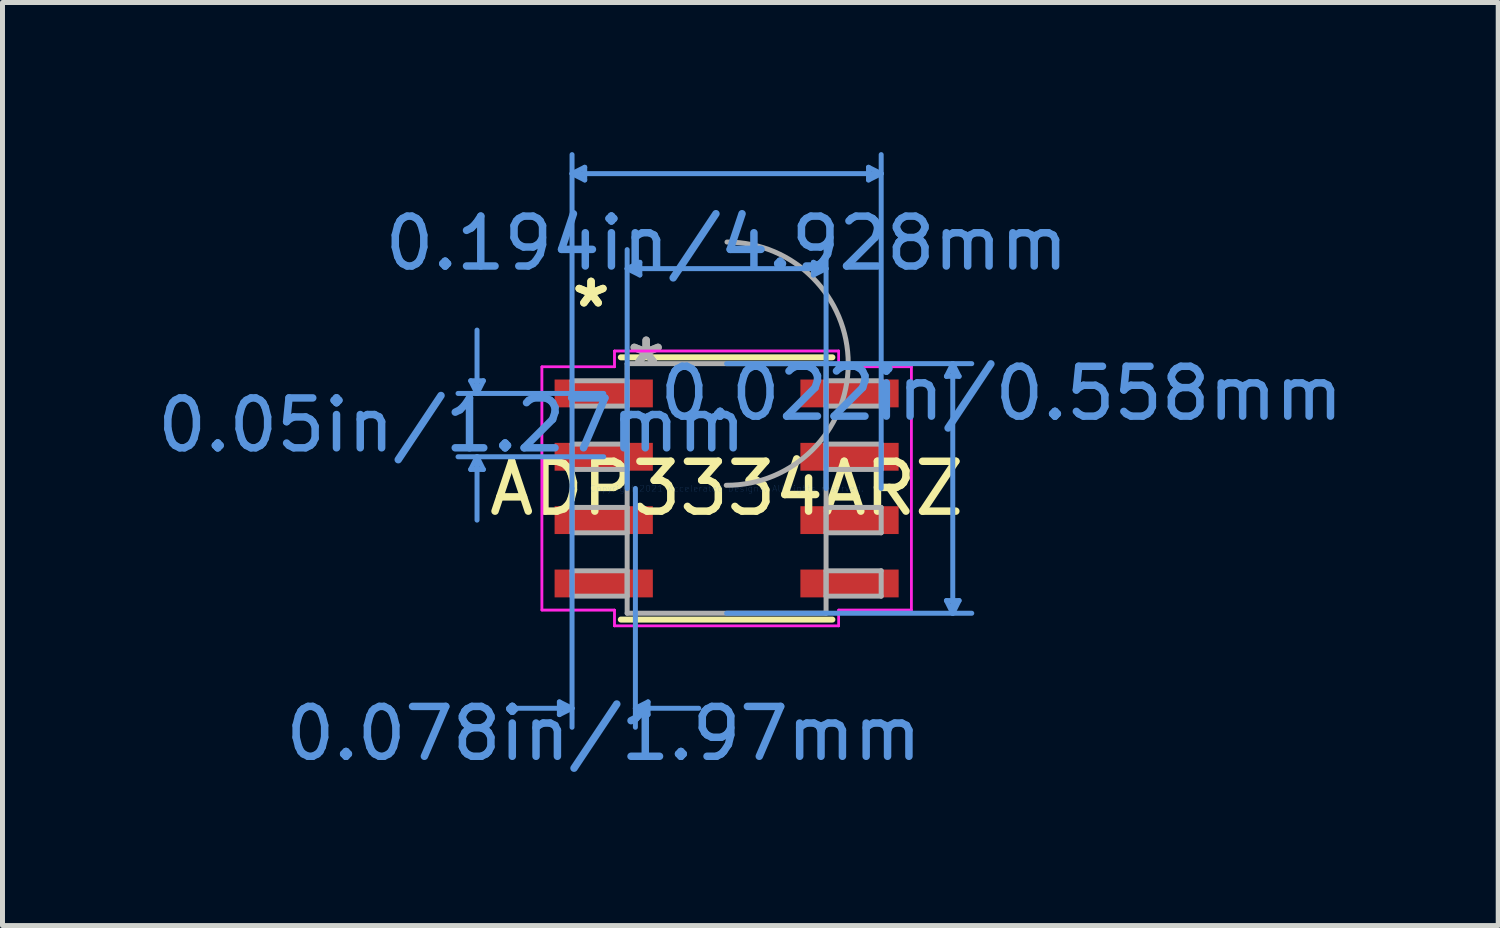
<source format=kicad_pcb>
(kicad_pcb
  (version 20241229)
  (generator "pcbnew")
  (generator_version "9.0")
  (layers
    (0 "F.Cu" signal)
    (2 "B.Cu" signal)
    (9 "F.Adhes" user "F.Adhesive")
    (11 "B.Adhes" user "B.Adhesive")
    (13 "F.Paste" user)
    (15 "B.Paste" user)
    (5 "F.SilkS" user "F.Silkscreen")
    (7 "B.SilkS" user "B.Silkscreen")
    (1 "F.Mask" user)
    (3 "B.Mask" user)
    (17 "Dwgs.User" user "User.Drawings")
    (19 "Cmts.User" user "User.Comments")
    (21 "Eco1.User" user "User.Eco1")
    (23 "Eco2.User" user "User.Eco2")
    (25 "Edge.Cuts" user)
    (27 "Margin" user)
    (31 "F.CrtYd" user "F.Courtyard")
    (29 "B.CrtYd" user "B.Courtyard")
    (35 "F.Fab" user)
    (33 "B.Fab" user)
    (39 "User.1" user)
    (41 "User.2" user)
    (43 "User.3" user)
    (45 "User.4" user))
  (footprint "ADP3334ARZ"
    (layer "F.Cu")
    (at 11.518 6.743)
    (property "Reference" "ADP3334ARZ" (at 0 0 0) (layer "F.SilkS") (effects (font (size 1 1) (thickness 0.15))))
    (attr through_hole)
    (fp_line (start -2.121 2.629) (end 2.121 2.629) (stroke (width 0.12) (type solid)) (layer "F.SilkS"))
    (fp_line (start 2.121 -2.629) (end -2.121 -2.629) (stroke (width 0.12) (type solid)) (layer "F.SilkS"))
    (fp_line (start -5.131 -2.159) (end -4.877 -2.159) (stroke (width 0.1) (type solid)) (layer "Cmts.User"))
    (fp_line (start -5.131 -0.381) (end -4.877 -0.381) (stroke (width 0.1) (type solid)) (layer "Cmts.User"))
    (fp_line (start -5.004 -1.905) (end -5.131 -2.159) (stroke (width 0.1) (type solid)) (layer "Cmts.User"))
    (fp_line (start -5.004 -1.905) (end -5.004 -3.175) (stroke (width 0.1) (type solid)) (layer "Cmts.User"))
    (fp_line (start -5.004 -1.905) (end -4.877 -2.159) (stroke (width 0.1) (type solid)) (layer "Cmts.User"))
    (fp_line (start -5.004 -0.635) (end -5.131 -0.381) (stroke (width 0.1) (type solid)) (layer "Cmts.User"))
    (fp_line (start -5.004 -0.635) (end -5.004 0.635) (stroke (width 0.1) (type solid)) (layer "Cmts.User"))
    (fp_line (start -5.004 -0.635) (end -4.877 -0.381) (stroke (width 0.1) (type solid)) (layer "Cmts.User"))
    (fp_line (start -3.353 4.28) (end -3.353 4.534) (stroke (width 0.1) (type solid)) (layer "Cmts.User"))
    (fp_line (start -3.099 -6.312) (end -2.845 -6.439) (stroke (width 0.1) (type solid)) (layer "Cmts.User"))
    (fp_line (start -3.099 -6.312) (end -2.845 -6.185) (stroke (width 0.1) (type solid)) (layer "Cmts.User"))
    (fp_line (start -3.099 -6.312) (end 3.099 -6.312) (stroke (width 0.1) (type solid)) (layer "Cmts.User"))
    (fp_line (start -3.099 0) (end -3.099 -6.693) (stroke (width 0.1) (type solid)) (layer "Cmts.User"))
    (fp_line (start -3.099 0) (end -3.099 4.788) (stroke (width 0.1) (type solid)) (layer "Cmts.User"))
    (fp_line (start -3.099 4.407) (end -4.369 4.407) (stroke (width 0.1) (type solid)) (layer "Cmts.User"))
    (fp_line (start -3.099 4.407) (end -3.353 4.28) (stroke (width 0.1) (type solid)) (layer "Cmts.User"))
    (fp_line (start -3.099 4.407) (end -3.353 4.534) (stroke (width 0.1) (type solid)) (layer "Cmts.User"))
    (fp_line (start -2.845 -6.439) (end -2.845 -6.185) (stroke (width 0.1) (type solid)) (layer "Cmts.User"))
    (fp_line (start -2.464 -1.905) (end -5.385 -1.905) (stroke (width 0.1) (type solid)) (layer "Cmts.User"))
    (fp_line (start -2.464 -0.635) (end -5.385 -0.635) (stroke (width 0.1) (type solid)) (layer "Cmts.User"))
    (fp_line (start -1.994 -4.407) (end -1.74 -4.534) (stroke (width 0.1) (type solid)) (layer "Cmts.User"))
    (fp_line (start -1.994 -4.407) (end -1.74 -4.28) (stroke (width 0.1) (type solid)) (layer "Cmts.User"))
    (fp_line (start -1.994 -4.407) (end 1.994 -4.407) (stroke (width 0.1) (type solid)) (layer "Cmts.User"))
    (fp_line (start -1.994 0) (end -1.994 -4.788) (stroke (width 0.1) (type solid)) (layer "Cmts.User"))
    (fp_line (start -1.829 0) (end -1.829 4.788) (stroke (width 0.1) (type solid)) (layer "Cmts.User"))
    (fp_line (start -1.829 4.407) (end -1.575 4.28) (stroke (width 0.1) (type solid)) (layer "Cmts.User"))
    (fp_line (start -1.829 4.407) (end -1.575 4.534) (stroke (width 0.1) (type solid)) (layer "Cmts.User"))
    (fp_line (start -1.829 4.407) (end -0.559 4.407) (stroke (width 0.1) (type solid)) (layer "Cmts.User"))
    (fp_line (start -1.74 -4.534) (end -1.74 -4.28) (stroke (width 0.1) (type solid)) (layer "Cmts.User"))
    (fp_line (start -1.575 4.28) (end -1.575 4.534) (stroke (width 0.1) (type solid)) (layer "Cmts.User"))
    (fp_line (start 0 -2.502) (end 4.915 -2.502) (stroke (width 0.1) (type solid)) (layer "Cmts.User"))
    (fp_line (start 0 2.502) (end 4.915 2.502) (stroke (width 0.1) (type solid)) (layer "Cmts.User"))
    (fp_line (start 1.74 -4.534) (end 1.74 -4.28) (stroke (width 0.1) (type solid)) (layer "Cmts.User"))
    (fp_line (start 1.994 -4.407) (end 1.74 -4.534) (stroke (width 0.1) (type solid)) (layer "Cmts.User"))
    (fp_line (start 1.994 -4.407) (end 1.74 -4.28) (stroke (width 0.1) (type solid)) (layer "Cmts.User"))
    (fp_line (start 1.994 0) (end 1.994 -4.788) (stroke (width 0.1) (type solid)) (layer "Cmts.User"))
    (fp_line (start 2.845 -6.439) (end 2.845 -6.185) (stroke (width 0.1) (type solid)) (layer "Cmts.User"))
    (fp_line (start 3.099 -6.312) (end 2.845 -6.439) (stroke (width 0.1) (type solid)) (layer "Cmts.User"))
    (fp_line (start 3.099 -6.312) (end 2.845 -6.185) (stroke (width 0.1) (type solid)) (layer "Cmts.User"))
    (fp_line (start 3.099 0) (end 3.099 -6.693) (stroke (width 0.1) (type solid)) (layer "Cmts.User"))
    (fp_line (start 4.407 -2.248) (end 4.661 -2.248) (stroke (width 0.1) (type solid)) (layer "Cmts.User"))
    (fp_line (start 4.407 2.248) (end 4.661 2.248) (stroke (width 0.1) (type solid)) (layer "Cmts.User"))
    (fp_line (start 4.534 -2.502) (end 4.407 -2.248) (stroke (width 0.1) (type solid)) (layer "Cmts.User"))
    (fp_line (start 4.534 -2.502) (end 4.534 2.502) (stroke (width 0.1) (type solid)) (layer "Cmts.User"))
    (fp_line (start 4.534 -2.502) (end 4.661 -2.248) (stroke (width 0.1) (type solid)) (layer "Cmts.User"))
    (fp_line (start 4.534 2.502) (end 4.407 2.248) (stroke (width 0.1) (type solid)) (layer "Cmts.User"))
    (fp_line (start 4.534 2.502) (end 4.661 2.248) (stroke (width 0.1) (type solid)) (layer "Cmts.User"))
    (fp_line (start -3.703 -2.438) (end -2.248 -2.438) (stroke (width 0.05) (type solid)) (layer "F.CrtYd"))
    (fp_line (start -3.703 -2.438) (end -2.248 -2.438) (stroke (width 0.05) (type solid)) (layer "F.CrtYd"))
    (fp_line (start -3.703 2.438) (end -3.703 -2.438) (stroke (width 0.05) (type solid)) (layer "F.CrtYd"))
    (fp_line (start -3.703 2.438) (end -3.703 -2.438) (stroke (width 0.05) (type solid)) (layer "F.CrtYd"))
    (fp_line (start -3.703 2.438) (end -2.248 2.438) (stroke (width 0.05) (type solid)) (layer "F.CrtYd"))
    (fp_line (start -2.248 -2.756) (end 2.248 -2.756) (stroke (width 0.05) (type solid)) (layer "F.CrtYd"))
    (fp_line (start -2.248 -2.756) (end 2.248 -2.756) (stroke (width 0.05) (type solid)) (layer "F.CrtYd"))
    (fp_line (start -2.248 -2.438) (end -2.248 -2.756) (stroke (width 0.05) (type solid)) (layer "F.CrtYd"))
    (fp_line (start -2.248 -2.438) (end -2.248 -2.756) (stroke (width 0.05) (type solid)) (layer "F.CrtYd"))
    (fp_line (start -2.248 2.438) (end -3.703 2.438) (stroke (width 0.05) (type solid)) (layer "F.CrtYd"))
    (fp_line (start -2.248 2.756) (end -2.248 2.438) (stroke (width 0.05) (type solid)) (layer "F.CrtYd"))
    (fp_line (start -2.248 2.756) (end -2.248 2.438) (stroke (width 0.05) (type solid)) (layer "F.CrtYd"))
    (fp_line (start 2.248 -2.756) (end 2.248 -2.438) (stroke (width 0.05) (type solid)) (layer "F.CrtYd"))
    (fp_line (start 2.248 -2.756) (end 2.248 -2.438) (stroke (width 0.05) (type solid)) (layer "F.CrtYd"))
    (fp_line (start 2.248 -2.438) (end 3.703 -2.438) (stroke (width 0.05) (type solid)) (layer "F.CrtYd"))
    (fp_line (start 2.248 2.438) (end 2.248 2.756) (stroke (width 0.05) (type solid)) (layer "F.CrtYd"))
    (fp_line (start 2.248 2.438) (end 2.248 2.756) (stroke (width 0.05) (type solid)) (layer "F.CrtYd"))
    (fp_line (start 2.248 2.756) (end -2.248 2.756) (stroke (width 0.05) (type solid)) (layer "F.CrtYd"))
    (fp_line (start 2.248 2.756) (end -2.248 2.756) (stroke (width 0.05) (type solid)) (layer "F.CrtYd"))
    (fp_line (start 3.703 -2.438) (end 2.248 -2.438) (stroke (width 0.05) (type solid)) (layer "F.CrtYd"))
    (fp_line (start 3.703 -2.438) (end 3.703 2.438) (stroke (width 0.05) (type solid)) (layer "F.CrtYd"))
    (fp_line (start 3.703 -2.438) (end 3.703 2.438) (stroke (width 0.05) (type solid)) (layer "F.CrtYd"))
    (fp_line (start 3.703 2.438) (end 2.248 2.438) (stroke (width 0.05) (type solid)) (layer "F.CrtYd"))
    (fp_line (start 3.703 2.438) (end 2.248 2.438) (stroke (width 0.05) (type solid)) (layer "F.CrtYd"))
    (fp_line (start -3.099 -2.159) (end -3.099 -1.651) (stroke (width 0.1) (type solid)) (layer "F.Fab"))
    (fp_line (start -3.099 -1.651) (end -1.994 -1.651) (stroke (width 0.1) (type solid)) (layer "F.Fab"))
    (fp_line (start -3.099 -0.889) (end -3.099 -0.381) (stroke (width 0.1) (type solid)) (layer "F.Fab"))
    (fp_line (start -3.099 -0.381) (end -1.994 -0.381) (stroke (width 0.1) (type solid)) (layer "F.Fab"))
    (fp_line (start -3.099 0.381) (end -3.099 0.889) (stroke (width 0.1) (type solid)) (layer "F.Fab"))
    (fp_line (start -3.099 0.889) (end -1.994 0.889) (stroke (width 0.1) (type solid)) (layer "F.Fab"))
    (fp_line (start -3.099 1.651) (end -3.099 2.159) (stroke (width 0.1) (type solid)) (layer "F.Fab"))
    (fp_line (start -3.099 2.159) (end -1.994 2.159) (stroke (width 0.1) (type solid)) (layer "F.Fab"))
    (fp_line (start -1.994 -2.502) (end -1.994 2.502) (stroke (width 0.1) (type solid)) (layer "F.Fab"))
    (fp_line (start -1.994 -2.159) (end -3.099 -2.159) (stroke (width 0.1) (type solid)) (layer "F.Fab"))
    (fp_line (start -1.994 -1.651) (end -1.994 -2.159) (stroke (width 0.1) (type solid)) (layer "F.Fab"))
    (fp_line (start -1.994 -0.889) (end -3.099 -0.889) (stroke (width 0.1) (type solid)) (layer "F.Fab"))
    (fp_line (start -1.994 -0.381) (end -1.994 -0.889) (stroke (width 0.1) (type solid)) (layer "F.Fab"))
    (fp_line (start -1.994 0.381) (end -3.099 0.381) (stroke (width 0.1) (type solid)) (layer "F.Fab"))
    (fp_line (start -1.994 0.889) (end -1.994 0.381) (stroke (width 0.1) (type solid)) (layer "F.Fab"))
    (fp_line (start -1.994 1.651) (end -3.099 1.651) (stroke (width 0.1) (type solid)) (layer "F.Fab"))
    (fp_line (start -1.994 2.159) (end -1.994 1.651) (stroke (width 0.1) (type solid)) (layer "F.Fab"))
    (fp_line (start -1.994 2.502) (end 1.994 2.502) (stroke (width 0.1) (type solid)) (layer "F.Fab"))
    (fp_line (start 1.994 -2.502) (end -1.994 -2.502) (stroke (width 0.1) (type solid)) (layer "F.Fab"))
    (fp_line (start 1.994 -2.159) (end 1.994 -1.651) (stroke (width 0.1) (type solid)) (layer "F.Fab"))
    (fp_line (start 1.994 -1.651) (end 3.099 -1.651) (stroke (width 0.1) (type solid)) (layer "F.Fab"))
    (fp_line (start 1.994 -0.889) (end 1.994 -0.381) (stroke (width 0.1) (type solid)) (layer "F.Fab"))
    (fp_line (start 1.994 -0.381) (end 3.099 -0.381) (stroke (width 0.1) (type solid)) (layer "F.Fab"))
    (fp_line (start 1.994 0.381) (end 1.994 0.889) (stroke (width 0.1) (type solid)) (layer "F.Fab"))
    (fp_line (start 1.994 0.889) (end 3.099 0.889) (stroke (width 0.1) (type solid)) (layer "F.Fab"))
    (fp_line (start 1.994 1.651) (end 1.994 2.159) (stroke (width 0.1) (type solid)) (layer "F.Fab"))
    (fp_line (start 1.994 2.159) (end 3.099 2.159) (stroke (width 0.1) (type solid)) (layer "F.Fab"))
    (fp_line (start 1.994 2.502) (end 1.994 -2.502) (stroke (width 0.1) (type solid)) (layer "F.Fab"))
    (fp_line (start 3.099 -2.159) (end 1.994 -2.159) (stroke (width 0.1) (type solid)) (layer "F.Fab"))
    (fp_line (start 3.099 -1.651) (end 3.099 -2.159) (stroke (width 0.1) (type solid)) (layer "F.Fab"))
    (fp_line (start 3.099 -0.889) (end 1.994 -0.889) (stroke (width 0.1) (type solid)) (layer "F.Fab"))
    (fp_line (start 3.099 -0.381) (end 3.099 -0.889) (stroke (width 0.1) (type solid)) (layer "F.Fab"))
    (fp_line (start 3.099 0.381) (end 1.994 0.381) (stroke (width 0.1) (type solid)) (layer "F.Fab"))
    (fp_line (start 3.099 0.889) (end 3.099 0.381) (stroke (width 0.1) (type solid)) (layer "F.Fab"))
    (fp_line (start 3.099 1.651) (end 1.994 1.651) (stroke (width 0.1) (type solid)) (layer "F.Fab"))
    (fp_line (start 3.099 2.159) (end 3.099 1.651) (stroke (width 0.1) (type solid)) (layer "F.Fab"))
    (fp_arc (start 0.007742 -4.940252) (mid 2.438352 -2.494158) (end -0.007742 -0.063548) (stroke (width 0.1) (type solid)) (layer "F.Fab"))
    (fp_text user "*" (at -2.718 -3.606 0) (layer "F.SilkS") (effects (font (size 1 1) (thickness 0.15))))
    (fp_text user "*" (at -2.718 -3.606 0) (layer "F.SilkS") (effects (font (size 1 1) (thickness 0.15))))
    (fp_text user "0.194in/4.928mm" (at 0 -4.915 0) (layer "Cmts.User") (effects (font (size 1 1) (thickness 0.15))))
    (fp_text user "0.022in/0.558mm" (at 5.512 -1.905 0) (layer "Cmts.User") (effects (font (size 1 1) (thickness 0.15))))
    (fp_text user "Copyright 2021 Accelerated Designs. All rights reserved." (at 0 0 0) (layer "Cmts.User") (effects (font (size 0.127 0.127) (thickness 0.002))))
    (fp_text user "0.078in/1.97mm" (at -2.464 4.915 0) (layer "Cmts.User") (effects (font (size 1 1) (thickness 0.15))))
    (fp_text user "0.05in/1.27mm" (at -5.512 -1.27 0) (layer "Cmts.User") (effects (font (size 1 1) (thickness 0.15))))
    (fp_text user "*" (at -1.613 -2.426 0) (layer "F.Fab") (effects (font (size 1 1) (thickness 0.15))))
    (fp_text user "*" (at -1.613 -2.426 0) (layer "F.Fab") (effects (font (size 1 1) (thickness 0.15))))
    (pad "1" smd rect (at -2.464 -1.905) (size 1.97 0.558) (layers "F.Cu" "F.Mask" "F.Paste"))
    (pad "2" smd rect (at -2.464 -0.635) (size 1.97 0.558) (layers "F.Cu" "F.Mask" "F.Paste"))
    (pad "3" smd rect (at -2.464 0.635) (size 1.97 0.558) (layers "F.Cu" "F.Mask" "F.Paste"))
    (pad "4" smd rect (at -2.464 1.905) (size 1.97 0.558) (layers "F.Cu" "F.Mask" "F.Paste"))
    (pad "5" smd rect (at 2.464 1.905) (size 1.97 0.558) (layers "F.Cu" "F.Mask" "F.Paste"))
    (pad "6" smd rect (at 2.464 0.635) (size 1.97 0.558) (layers "F.Cu" "F.Mask" "F.Paste"))
    (pad "7" smd rect (at 2.464 -0.635) (size 1.97 0.558) (layers "F.Cu" "F.Mask" "F.Paste"))
    (pad "8" smd rect (at 2.464 -1.905) (size 1.97 0.558) (layers "F.Cu" "F.Mask" "F.Paste")))
  (gr_rect
    (start -3 -3)
    (end 26.988 15.506)
    (stroke (width 0.1) (type default))
    (fill no)
    (layer "Edge.Cuts")))
</source>
